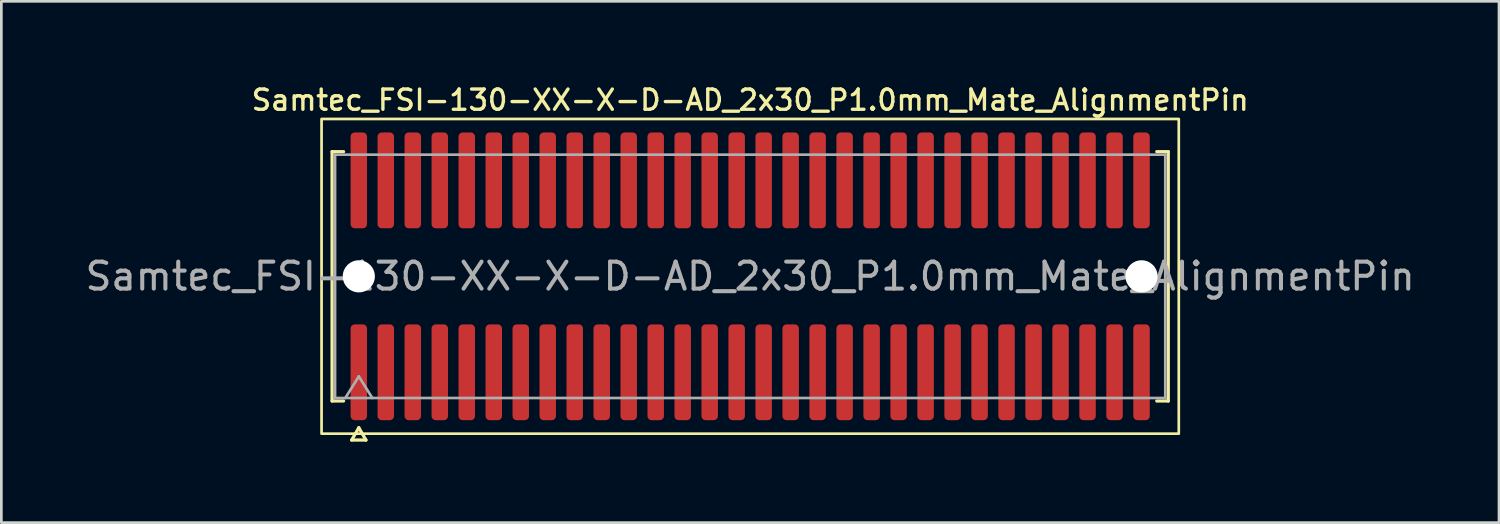
<source format=kicad_pcb>
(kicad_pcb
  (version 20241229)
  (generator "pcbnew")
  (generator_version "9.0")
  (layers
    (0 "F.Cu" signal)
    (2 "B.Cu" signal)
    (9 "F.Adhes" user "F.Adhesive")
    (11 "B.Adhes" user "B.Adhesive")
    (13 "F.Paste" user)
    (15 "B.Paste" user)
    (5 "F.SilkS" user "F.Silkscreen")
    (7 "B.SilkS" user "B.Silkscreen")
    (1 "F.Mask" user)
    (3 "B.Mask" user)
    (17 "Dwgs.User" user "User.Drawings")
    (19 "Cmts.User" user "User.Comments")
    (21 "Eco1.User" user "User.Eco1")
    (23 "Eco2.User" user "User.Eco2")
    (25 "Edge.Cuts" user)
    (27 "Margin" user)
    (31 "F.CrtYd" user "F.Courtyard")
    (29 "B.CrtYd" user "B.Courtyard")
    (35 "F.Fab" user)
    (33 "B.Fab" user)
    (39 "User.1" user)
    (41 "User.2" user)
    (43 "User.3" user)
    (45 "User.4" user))
  (footprint "Samtec_FSI-130-XX-X-D-AD_2x30_P1.0mm_Mate_AlignmentPin"
    (layer "F.Cu")
    (at 24.744 7.188)
    (property "Reference" "Samtec_FSI-130-XX-X-D-AD_2x30_P1.0mm_Mate_AlignmentPin" (at 0 -6.53 0) (layer "F.SilkS") (effects (font (size 0.75 0.75) (thickness 0.125))))
    (attr exclude_from_pos_files exclude_from_bom)
    (fp_line (start -15.49 -4.619) (end -15.065 -4.619) (stroke (width 0.12) (type solid)) (layer "F.SilkS"))
    (fp_line (start -15.49 4.619) (end -15.49 -4.619) (stroke (width 0.12) (type solid)) (layer "F.SilkS"))
    (fp_line (start -15.065 4.619) (end -15.49 4.619) (stroke (width 0.12) (type solid)) (layer "F.SilkS"))
    (fp_line (start -14.764 6.066) (end -14.5 5.609) (stroke (width 0.12) (type solid)) (layer "F.SilkS"))
    (fp_line (start -14.5 5.609) (end -14.236 6.066) (stroke (width 0.12) (type solid)) (layer "F.SilkS"))
    (fp_line (start -14.236 6.066) (end -14.764 6.066) (stroke (width 0.12) (type solid)) (layer "F.SilkS"))
    (fp_line (start 15.065 -4.619) (end 15.49 -4.619) (stroke (width 0.12) (type solid)) (layer "F.SilkS"))
    (fp_line (start 15.49 -4.619) (end 15.49 4.619) (stroke (width 0.12) (type solid)) (layer "F.SilkS"))
    (fp_line (start 15.49 4.619) (end 15.065 4.619) (stroke (width 0.12) (type solid)) (layer "F.SilkS"))
    (fp_rect (start -15.88 -5.83) (end 15.88 5.83) (stroke (width 0.1) (type solid)) (fill no) (layer "F.SilkS"))
    (fp_line (start -15.38 -4.508) (end 15.38 -4.508) (stroke (width 0.1) (type solid)) (layer "F.Fab"))
    (fp_line (start -15.38 4.508) (end -15.38 -4.508) (stroke (width 0.1) (type solid)) (layer "F.Fab"))
    (fp_line (start -15 4.508) (end -14.5 3.708) (stroke (width 0.1) (type solid)) (layer "F.Fab"))
    (fp_line (start -14.5 3.708) (end -14 4.508) (stroke (width 0.1) (type solid)) (layer "F.Fab"))
    (fp_line (start 15.38 -4.508) (end 15.38 4.508) (stroke (width 0.1) (type solid)) (layer "F.Fab"))
    (fp_line (start 15.38 4.508) (end -15.38 4.508) (stroke (width 0.1) (type solid)) (layer "F.Fab"))
    (fp_text user "${REFERENCE}" (at 0 0 0) (layer "F.Fab") (effects (font (size 1 1) (thickness 0.15))))
    (pad "" np_thru_hole circle (at -14.5 0) (size 1.19 1.19) (drill 1.19) (layers "*.Cu" "*.Mask"))
    (pad "" np_thru_hole circle (at 14.5 0) (size 1.19 1.19) (drill 1.19) (layers "*.Cu" "*.Mask"))
    (pad "1" smd roundrect (at -14.5 3.555) (size 0.61 3.55) (layers "F.Cu" "F.Mask") (roundrect_rratio 0.25))
    (pad "2" smd roundrect (at -14.5 -3.555) (size 0.61 3.55) (layers "F.Cu" "F.Mask") (roundrect_rratio 0.25))
    (pad "3" smd roundrect (at -13.5 3.555) (size 0.61 3.55) (layers "F.Cu" "F.Mask") (roundrect_rratio 0.25))
    (pad "4" smd roundrect (at -13.5 -3.555) (size 0.61 3.55) (layers "F.Cu" "F.Mask") (roundrect_rratio 0.25))
    (pad "5" smd roundrect (at -12.5 3.555) (size 0.61 3.55) (layers "F.Cu" "F.Mask") (roundrect_rratio 0.25))
    (pad "6" smd roundrect (at -12.5 -3.555) (size 0.61 3.55) (layers "F.Cu" "F.Mask") (roundrect_rratio 0.25))
    (pad "7" smd roundrect (at -11.5 3.555) (size 0.61 3.55) (layers "F.Cu" "F.Mask") (roundrect_rratio 0.25))
    (pad "8" smd roundrect (at -11.5 -3.555) (size 0.61 3.55) (layers "F.Cu" "F.Mask") (roundrect_rratio 0.25))
    (pad "9" smd roundrect (at -10.5 3.555) (size 0.61 3.55) (layers "F.Cu" "F.Mask") (roundrect_rratio 0.25))
    (pad "10" smd roundrect (at -10.5 -3.555) (size 0.61 3.55) (layers "F.Cu" "F.Mask") (roundrect_rratio 0.25))
    (pad "11" smd roundrect (at -9.5 3.555) (size 0.61 3.55) (layers "F.Cu" "F.Mask") (roundrect_rratio 0.25))
    (pad "12" smd roundrect (at -9.5 -3.555) (size 0.61 3.55) (layers "F.Cu" "F.Mask") (roundrect_rratio 0.25))
    (pad "13" smd roundrect (at -8.5 3.555) (size 0.61 3.55) (layers "F.Cu" "F.Mask") (roundrect_rratio 0.25))
    (pad "14" smd roundrect (at -8.5 -3.555) (size 0.61 3.55) (layers "F.Cu" "F.Mask") (roundrect_rratio 0.25))
    (pad "15" smd roundrect (at -7.5 3.555) (size 0.61 3.55) (layers "F.Cu" "F.Mask") (roundrect_rratio 0.25))
    (pad "16" smd roundrect (at -7.5 -3.555) (size 0.61 3.55) (layers "F.Cu" "F.Mask") (roundrect_rratio 0.25))
    (pad "17" smd roundrect (at -6.5 3.555) (size 0.61 3.55) (layers "F.Cu" "F.Mask") (roundrect_rratio 0.25))
    (pad "18" smd roundrect (at -6.5 -3.555) (size 0.61 3.55) (layers "F.Cu" "F.Mask") (roundrect_rratio 0.25))
    (pad "19" smd roundrect (at -5.5 3.555) (size 0.61 3.55) (layers "F.Cu" "F.Mask") (roundrect_rratio 0.25))
    (pad "20" smd roundrect (at -5.5 -3.555) (size 0.61 3.55) (layers "F.Cu" "F.Mask") (roundrect_rratio 0.25))
    (pad "21" smd roundrect (at -4.5 3.555) (size 0.61 3.55) (layers "F.Cu" "F.Mask") (roundrect_rratio 0.25))
    (pad "22" smd roundrect (at -4.5 -3.555) (size 0.61 3.55) (layers "F.Cu" "F.Mask") (roundrect_rratio 0.25))
    (pad "23" smd roundrect (at -3.5 3.555) (size 0.61 3.55) (layers "F.Cu" "F.Mask") (roundrect_rratio 0.25))
    (pad "24" smd roundrect (at -3.5 -3.555) (size 0.61 3.55) (layers "F.Cu" "F.Mask") (roundrect_rratio 0.25))
    (pad "25" smd roundrect (at -2.5 3.555) (size 0.61 3.55) (layers "F.Cu" "F.Mask") (roundrect_rratio 0.25))
    (pad "26" smd roundrect (at -2.5 -3.555) (size 0.61 3.55) (layers "F.Cu" "F.Mask") (roundrect_rratio 0.25))
    (pad "27" smd roundrect (at -1.5 3.555) (size 0.61 3.55) (layers "F.Cu" "F.Mask") (roundrect_rratio 0.25))
    (pad "28" smd roundrect (at -1.5 -3.555) (size 0.61 3.55) (layers "F.Cu" "F.Mask") (roundrect_rratio 0.25))
    (pad "29" smd roundrect (at -0.5 3.555) (size 0.61 3.55) (layers "F.Cu" "F.Mask") (roundrect_rratio 0.25))
    (pad "30" smd roundrect (at -0.5 -3.555) (size 0.61 3.55) (layers "F.Cu" "F.Mask") (roundrect_rratio 0.25))
    (pad "31" smd roundrect (at 0.5 3.555) (size 0.61 3.55) (layers "F.Cu" "F.Mask") (roundrect_rratio 0.25))
    (pad "32" smd roundrect (at 0.5 -3.555) (size 0.61 3.55) (layers "F.Cu" "F.Mask") (roundrect_rratio 0.25))
    (pad "33" smd roundrect (at 1.5 3.555) (size 0.61 3.55) (layers "F.Cu" "F.Mask") (roundrect_rratio 0.25))
    (pad "34" smd roundrect (at 1.5 -3.555) (size 0.61 3.55) (layers "F.Cu" "F.Mask") (roundrect_rratio 0.25))
    (pad "35" smd roundrect (at 2.5 3.555) (size 0.61 3.55) (layers "F.Cu" "F.Mask") (roundrect_rratio 0.25))
    (pad "36" smd roundrect (at 2.5 -3.555) (size 0.61 3.55) (layers "F.Cu" "F.Mask") (roundrect_rratio 0.25))
    (pad "37" smd roundrect (at 3.5 3.555) (size 0.61 3.55) (layers "F.Cu" "F.Mask") (roundrect_rratio 0.25))
    (pad "38" smd roundrect (at 3.5 -3.555) (size 0.61 3.55) (layers "F.Cu" "F.Mask") (roundrect_rratio 0.25))
    (pad "39" smd roundrect (at 4.5 3.555) (size 0.61 3.55) (layers "F.Cu" "F.Mask") (roundrect_rratio 0.25))
    (pad "40" smd roundrect (at 4.5 -3.555) (size 0.61 3.55) (layers "F.Cu" "F.Mask") (roundrect_rratio 0.25))
    (pad "41" smd roundrect (at 5.5 3.555) (size 0.61 3.55) (layers "F.Cu" "F.Mask") (roundrect_rratio 0.25))
    (pad "42" smd roundrect (at 5.5 -3.555) (size 0.61 3.55) (layers "F.Cu" "F.Mask") (roundrect_rratio 0.25))
    (pad "43" smd roundrect (at 6.5 3.555) (size 0.61 3.55) (layers "F.Cu" "F.Mask") (roundrect_rratio 0.25))
    (pad "44" smd roundrect (at 6.5 -3.555) (size 0.61 3.55) (layers "F.Cu" "F.Mask") (roundrect_rratio 0.25))
    (pad "45" smd roundrect (at 7.5 3.555) (size 0.61 3.55) (layers "F.Cu" "F.Mask") (roundrect_rratio 0.25))
    (pad "46" smd roundrect (at 7.5 -3.555) (size 0.61 3.55) (layers "F.Cu" "F.Mask") (roundrect_rratio 0.25))
    (pad "47" smd roundrect (at 8.5 3.555) (size 0.61 3.55) (layers "F.Cu" "F.Mask") (roundrect_rratio 0.25))
    (pad "48" smd roundrect (at 8.5 -3.555) (size 0.61 3.55) (layers "F.Cu" "F.Mask") (roundrect_rratio 0.25))
    (pad "49" smd roundrect (at 9.5 3.555) (size 0.61 3.55) (layers "F.Cu" "F.Mask") (roundrect_rratio 0.25))
    (pad "50" smd roundrect (at 9.5 -3.555) (size 0.61 3.55) (layers "F.Cu" "F.Mask") (roundrect_rratio 0.25))
    (pad "51" smd roundrect (at 10.5 3.555) (size 0.61 3.55) (layers "F.Cu" "F.Mask") (roundrect_rratio 0.25))
    (pad "52" smd roundrect (at 10.5 -3.555) (size 0.61 3.55) (layers "F.Cu" "F.Mask") (roundrect_rratio 0.25))
    (pad "53" smd roundrect (at 11.5 3.555) (size 0.61 3.55) (layers "F.Cu" "F.Mask") (roundrect_rratio 0.25))
    (pad "54" smd roundrect (at 11.5 -3.555) (size 0.61 3.55) (layers "F.Cu" "F.Mask") (roundrect_rratio 0.25))
    (pad "55" smd roundrect (at 12.5 3.555) (size 0.61 3.55) (layers "F.Cu" "F.Mask") (roundrect_rratio 0.25))
    (pad "56" smd roundrect (at 12.5 -3.555) (size 0.61 3.55) (layers "F.Cu" "F.Mask") (roundrect_rratio 0.25))
    (pad "57" smd roundrect (at 13.5 3.555) (size 0.61 3.55) (layers "F.Cu" "F.Mask") (roundrect_rratio 0.25))
    (pad "58" smd roundrect (at 13.5 -3.555) (size 0.61 3.55) (layers "F.Cu" "F.Mask") (roundrect_rratio 0.25))
    (pad "59" smd roundrect (at 14.5 3.555) (size 0.61 3.55) (layers "F.Cu" "F.Mask") (roundrect_rratio 0.25))
    (pad "60" smd roundrect (at 14.5 -3.555) (size 0.61 3.55) (layers "F.Cu" "F.Mask") (roundrect_rratio 0.25)))
  (gr_rect
    (start -3 -3)
    (end 52.488 16.314)
    (stroke (width 0.1) (type default))
    (fill no)
    (layer "Edge.Cuts")))
</source>
